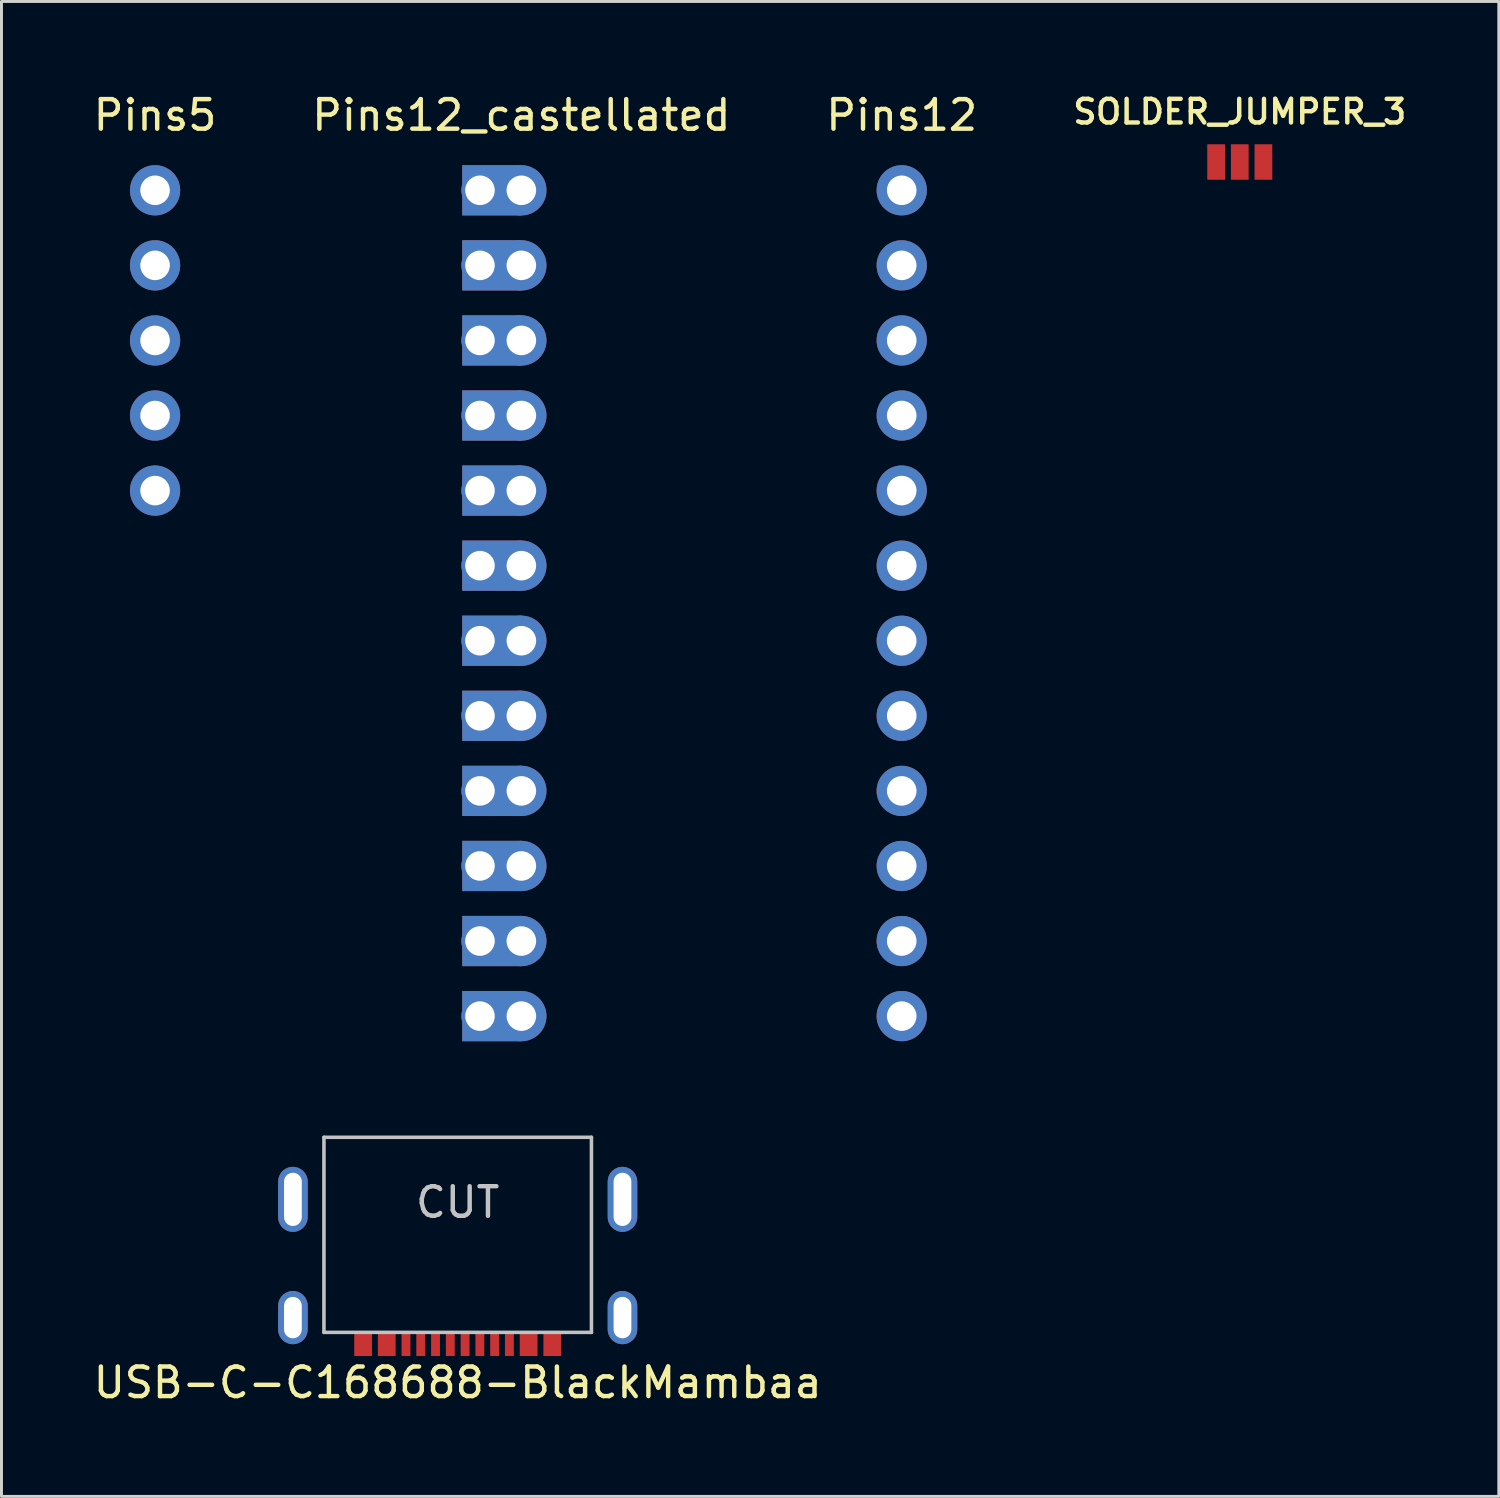
<source format=kicad_pcb>
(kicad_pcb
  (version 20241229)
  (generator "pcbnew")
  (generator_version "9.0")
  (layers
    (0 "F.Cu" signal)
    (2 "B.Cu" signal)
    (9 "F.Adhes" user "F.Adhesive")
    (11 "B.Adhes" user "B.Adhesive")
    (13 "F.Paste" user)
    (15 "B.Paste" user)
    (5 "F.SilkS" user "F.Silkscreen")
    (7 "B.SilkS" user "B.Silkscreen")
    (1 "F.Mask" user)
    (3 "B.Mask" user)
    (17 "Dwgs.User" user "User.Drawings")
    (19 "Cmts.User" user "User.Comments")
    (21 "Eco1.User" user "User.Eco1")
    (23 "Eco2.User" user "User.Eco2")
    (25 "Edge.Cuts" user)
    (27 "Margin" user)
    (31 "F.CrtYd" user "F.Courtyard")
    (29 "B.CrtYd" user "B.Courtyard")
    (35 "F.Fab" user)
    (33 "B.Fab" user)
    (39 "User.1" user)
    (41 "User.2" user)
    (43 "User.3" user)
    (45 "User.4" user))
  (footprint "Pins12_castellated"
    (layer "F.Cu")
    (at 14.589 3.388)
    (property "Reference" "Pins12_castellated" (at 0 -2.54 0) (layer "F.SilkS") (effects (font (size 1 1) (thickness 0.15))))
    (attr through_hole exclude_from_pos_files exclude_from_bom)
    (pad "1" thru_hole circle (at -1.4 0) (size 1.26 1.26) (drill 1) (layers "*.Cu" "*.Mask"))
    (pad "1" thru_hole circle (at 0 0) (size 1.7 1.7) (drill 1) (layers "*.Cu" "*.Mask"))
    (pad "1" smd rect (at 0 0) (size 2 1.7) (drill (offset -1 0)) (layers "F.Cu" "F.Mask"))
    (pad "1" smd rect (at 0 0) (size 2 1.7) (drill (offset -1 0)) (layers "B.Cu" "B.Mask"))
    (pad "2" thru_hole circle (at -1.4 2.54) (size 1.26 1.26) (drill 1) (layers "*.Cu" "*.Mask"))
    (pad "2" thru_hole circle (at 0 2.54) (size 1.7 1.7) (drill 1) (layers "*.Cu" "*.Mask"))
    (pad "2" smd rect (at 0 2.54) (size 2 1.7) (drill (offset -1 0)) (layers "F.Cu" "F.Mask"))
    (pad "2" smd rect (at 0 2.54) (size 2 1.7) (drill (offset -1 0)) (layers "B.Cu" "B.Mask"))
    (pad "3" thru_hole circle (at -1.4 5.08) (size 1.26 1.26) (drill 1) (layers "*.Cu" "*.Mask"))
    (pad "3" thru_hole circle (at 0 5.08) (size 1.7 1.7) (drill 1) (layers "*.Cu" "*.Mask"))
    (pad "3" smd rect (at 0 5.08) (size 2 1.7) (drill (offset -1 0)) (layers "F.Cu" "F.Mask"))
    (pad "3" smd rect (at 0 5.08) (size 2 1.7) (drill (offset -1 0)) (layers "B.Cu" "B.Mask"))
    (pad "4" thru_hole circle (at -1.4 7.62) (size 1.26 1.26) (drill 1) (layers "*.Cu" "*.Mask"))
    (pad "4" thru_hole circle (at 0 7.62) (size 1.7 1.7) (drill 1) (layers "*.Cu" "*.Mask"))
    (pad "4" smd rect (at 0 7.62) (size 2 1.7) (drill (offset -1 0)) (layers "F.Cu" "F.Mask"))
    (pad "4" smd rect (at 0 7.62) (size 2 1.7) (drill (offset -1 0)) (layers "B.Cu" "B.Mask"))
    (pad "5" thru_hole circle (at -1.4 10.16) (size 1.26 1.26) (drill 1) (layers "*.Cu" "*.Mask"))
    (pad "5" thru_hole circle (at 0 10.16) (size 1.7 1.7) (drill 1) (layers "*.Cu" "*.Mask"))
    (pad "5" smd rect (at 0 10.16) (size 2 1.7) (drill (offset -1 0)) (layers "F.Cu" "F.Mask"))
    (pad "5" smd rect (at 0 10.16) (size 2 1.7) (drill (offset -1 0)) (layers "B.Cu" "B.Mask"))
    (pad "6" thru_hole circle (at -1.4 12.7) (size 1.26 1.26) (drill 1) (layers "*.Cu" "*.Mask"))
    (pad "6" thru_hole circle (at 0 12.7) (size 1.7 1.7) (drill 1) (layers "*.Cu" "*.Mask"))
    (pad "6" smd rect (at 0 12.7) (size 2 1.7) (drill (offset -1 0)) (layers "F.Cu" "F.Mask"))
    (pad "6" smd rect (at 0 12.7) (size 2 1.7) (drill (offset -1 0)) (layers "B.Cu" "B.Mask"))
    (pad "7" thru_hole circle (at -1.4 15.24) (size 1.26 1.26) (drill 1) (layers "*.Cu" "*.Mask"))
    (pad "7" thru_hole circle (at 0 15.24) (size 1.7 1.7) (drill 1) (layers "*.Cu" "*.Mask"))
    (pad "7" smd rect (at 0 15.24) (size 2 1.7) (drill (offset -1 0)) (layers "F.Cu" "F.Mask"))
    (pad "7" smd rect (at 0 15.24) (size 2 1.7) (drill (offset -1 0)) (layers "B.Cu" "B.Mask"))
    (pad "8" thru_hole circle (at -1.4 17.78) (size 1.26 1.26) (drill 1) (layers "*.Cu" "*.Mask"))
    (pad "8" thru_hole circle (at 0 17.78) (size 1.7 1.7) (drill 1) (layers "*.Cu" "*.Mask"))
    (pad "8" smd rect (at 0 17.78) (size 2 1.7) (drill (offset -1 0)) (layers "F.Cu" "F.Mask"))
    (pad "8" smd rect (at 0 17.78) (size 2 1.7) (drill (offset -1 0)) (layers "B.Cu" "B.Mask"))
    (pad "9" thru_hole circle (at -1.4 20.32) (size 1.26 1.26) (drill 1) (layers "*.Cu" "*.Mask"))
    (pad "9" thru_hole circle (at 0 20.32) (size 1.7 1.7) (drill 1) (layers "*.Cu" "*.Mask"))
    (pad "9" smd rect (at 0 20.32) (size 2 1.7) (drill (offset -1 0)) (layers "F.Cu" "F.Mask"))
    (pad "9" smd rect (at 0 20.32) (size 2 1.7) (drill (offset -1 0)) (layers "B.Cu" "B.Mask"))
    (pad "10" thru_hole circle (at -1.4 22.86) (size 1.26 1.26) (drill 1) (layers "*.Cu" "*.Mask"))
    (pad "10" thru_hole circle (at 0 22.86) (size 1.7 1.7) (drill 1) (layers "*.Cu" "*.Mask"))
    (pad "10" smd rect (at 0 22.86) (size 2 1.7) (drill (offset -1 0)) (layers "F.Cu" "F.Mask"))
    (pad "10" smd rect (at 0 22.86) (size 2 1.7) (drill (offset -1 0)) (layers "B.Cu" "B.Mask"))
    (pad "11" thru_hole circle (at -1.4 25.4) (size 1.26 1.26) (drill 1) (layers "*.Cu" "*.Mask"))
    (pad "11" thru_hole circle (at 0 25.4) (size 1.7 1.7) (drill 1) (layers "*.Cu" "*.Mask"))
    (pad "11" smd rect (at 0 25.4) (size 2 1.7) (drill (offset -1 0)) (layers "F.Cu" "F.Mask"))
    (pad "11" smd rect (at 0 25.4) (size 2 1.7) (drill (offset -1 0)) (layers "B.Cu" "B.Mask"))
    (pad "12" thru_hole circle (at -1.4 27.94) (size 1.26 1.26) (drill 1) (layers "*.Cu" "*.Mask"))
    (pad "12" thru_hole circle (at 0 27.94) (size 1.7 1.7) (drill 1) (layers "*.Cu" "*.Mask"))
    (pad "12" smd rect (at 0 27.94) (size 2 1.7) (drill (offset -1 0)) (layers "F.Cu" "F.Mask"))
    (pad "12" smd rect (at 0 27.94) (size 2 1.7) (drill (offset -1 0)) (layers "B.Cu" "B.Mask")))
  (footprint "Pins12"
    (layer "F.Cu")
    (at 27.458 3.388)
    (property "Reference" "Pins12" (at 0 -2.54 0) (layer "F.SilkS") (effects (font (size 1 1) (thickness 0.15))))
    (attr through_hole)
    (pad "1" thru_hole circle (at 0 0) (size 1.7 1.7) (drill 1) (layers "*.Cu" "*.Mask"))
    (pad "2" thru_hole circle (at 0 2.54) (size 1.7 1.7) (drill 1) (layers "*.Cu" "*.Mask"))
    (pad "3" thru_hole circle (at 0 5.08) (size 1.7 1.7) (drill 1) (layers "*.Cu" "*.Mask"))
    (pad "4" thru_hole circle (at 0 7.62) (size 1.7 1.7) (drill 1) (layers "*.Cu" "*.Mask"))
    (pad "5" thru_hole circle (at 0 10.16) (size 1.7 1.7) (drill 1) (layers "*.Cu" "*.Mask"))
    (pad "6" thru_hole circle (at 0 12.7) (size 1.7 1.7) (drill 1) (layers "*.Cu" "*.Mask"))
    (pad "7" thru_hole circle (at 0 15.24) (size 1.7 1.7) (drill 1) (layers "*.Cu" "*.Mask"))
    (pad "8" thru_hole circle (at 0 17.78) (size 1.7 1.7) (drill 1) (layers "*.Cu" "*.Mask"))
    (pad "9" thru_hole circle (at 0 20.32) (size 1.7 1.7) (drill 1) (layers "*.Cu" "*.Mask"))
    (pad "10" thru_hole circle (at 0 22.86) (size 1.7 1.7) (drill 1) (layers "*.Cu" "*.Mask"))
    (pad "11" thru_hole circle (at 0 25.4) (size 1.7 1.7) (drill 1) (layers "*.Cu" "*.Mask"))
    (pad "12" thru_hole circle (at 0 27.94) (size 1.7 1.7) (drill 1) (layers "*.Cu" "*.Mask")))
  (footprint "SOLDER_JUMPER_3"
    (layer "F.Cu")
    (at 38.895 2.431)
    (property "Reference" "SOLDER_JUMPER_3" (at 0 -1.7 0) (layer "F.SilkS") (effects (font (size 0.8 0.8) (thickness 0.15))))
    (attr smd exclude_from_pos_files exclude_from_bom)
    (pad "1" smd rect (at -0.8 0) (size 0.6 1.2) (layers "F.Cu" "F.Mask"))
    (pad "2" smd rect (at 0 0) (size 0.6 1.2) (layers "F.Cu" "F.Mask"))
    (pad "3" smd rect (at 0.8 0) (size 0.6 1.2) (layers "F.Cu" "F.Mask")))
  (footprint "USB-C-C168688-BlackMambaa"
    (layer "F.Cu")
    (at 12.435 35.428)
    (property "Reference" "USB-C-C168688-BlackMambaa" (at 0 8.3 0) (layer "F.SilkS") (effects (font (size 1 1) (thickness 0.15))))
    (attr through_hole)
    (fp_line (start -4.525 0) (end -4.525 6.6) (stroke (width 0.12) (type solid)) (layer "Dwgs.User"))
    (fp_line (start -4.525 0) (end 4.525 0) (stroke (width 0.12) (type solid)) (layer "Dwgs.User"))
    (fp_line (start -4.525 6.6) (end 4.525 6.6) (stroke (width 0.12) (type solid)) (layer "Dwgs.User"))
    (fp_line (start 4.525 0) (end 4.525 6.6) (stroke (width 0.12) (type solid)) (layer "Dwgs.User"))
    (fp_text user "CUT" (at 0 2.2 0) (layer "Dwgs.User") (effects (font (size 1 1) (thickness 0.15))))
    (pad "A1" smd rect (at -3.2 7) (size 0.6 0.8) (layers "F.Cu" "F.Mask" "F.Paste"))
    (pad "A1" smd rect (at 3.2 7) (size 0.6 0.8) (layers "F.Cu" "F.Mask" "F.Paste"))
    (pad "A4" smd rect (at -2.4 7) (size 0.6 0.8) (layers "F.Cu" "F.Mask" "F.Paste"))
    (pad "A4" smd rect (at 2.4 7) (size 0.6 0.8) (layers "F.Cu" "F.Mask" "F.Paste"))
    (pad "A5" smd rect (at 1.25 7) (size 0.3 0.8) (layers "F.Cu" "F.Mask" "F.Paste"))
    (pad "A6" smd rect (at 0.25 7) (size 0.3 0.8) (layers "F.Cu" "F.Mask" "F.Paste"))
    (pad "A7" smd rect (at -0.25 7) (size 0.3 0.8) (layers "F.Cu" "F.Mask" "F.Paste"))
    (pad "A8" smd rect (at -1.25 7) (size 0.3 0.8) (layers "F.Cu" "F.Mask" "F.Paste"))
    (pad "B5" smd rect (at -1.75 7) (size 0.3 0.8) (layers "F.Cu" "F.Mask" "F.Paste"))
    (pad "B6" smd rect (at -0.75 7) (size 0.3 0.8) (layers "F.Cu" "F.Mask" "F.Paste"))
    (pad "B7" smd rect (at 0.75 7) (size 0.3 0.8) (layers "F.Cu" "F.Mask" "F.Paste"))
    (pad "B8" smd rect (at 1.75 7) (size 0.3 0.8) (layers "F.Cu" "F.Mask" "F.Paste"))
    (pad "S1" thru_hole oval (at -5.575 2.1) (size 1 2.2) (drill oval 0.6 1.8) (layers "*.Cu" "*.Mask"))
    (pad "S1" thru_hole oval (at -5.575 6.1) (size 1 1.8) (drill oval 0.6 1.4) (layers "*.Cu" "*.Mask"))
    (pad "S1" thru_hole oval (at 5.575 2.1) (size 1 2.2) (drill oval 0.6 1.8) (layers "*.Cu" "*.Mask"))
    (pad "S1" thru_hole oval (at 5.575 6.1) (size 1 1.8) (drill oval 0.6 1.4) (layers "*.Cu" "*.Mask")))
  (footprint "Pins5"
    (layer "F.Cu")
    (at 2.196 3.388)
    (property "Reference" "Pins5" (at 0 -2.54 0) (layer "F.SilkS") (effects (font (size 1 1) (thickness 0.15))))
    (attr through_hole)
    (pad "1" thru_hole circle (at 0 0) (size 1.7 1.7) (drill 1) (layers "*.Cu" "*.Mask"))
    (pad "2" thru_hole circle (at 0 2.54) (size 1.7 1.7) (drill 1) (layers "*.Cu" "*.Mask"))
    (pad "3" thru_hole circle (at 0 5.08) (size 1.7 1.7) (drill 1) (layers "*.Cu" "*.Mask"))
    (pad "4" thru_hole circle (at 0 7.62) (size 1.7 1.7) (drill 1) (layers "*.Cu" "*.Mask"))
    (pad "5" thru_hole circle (at 0 10.16) (size 1.7 1.7) (drill 1) (layers "*.Cu" "*.Mask")))
  (gr_rect
    (start -3 -3)
    (end 47.659 47.577)
    (stroke (width 0.1) (type default))
    (fill no)
    (layer "Edge.Cuts")))
</source>
